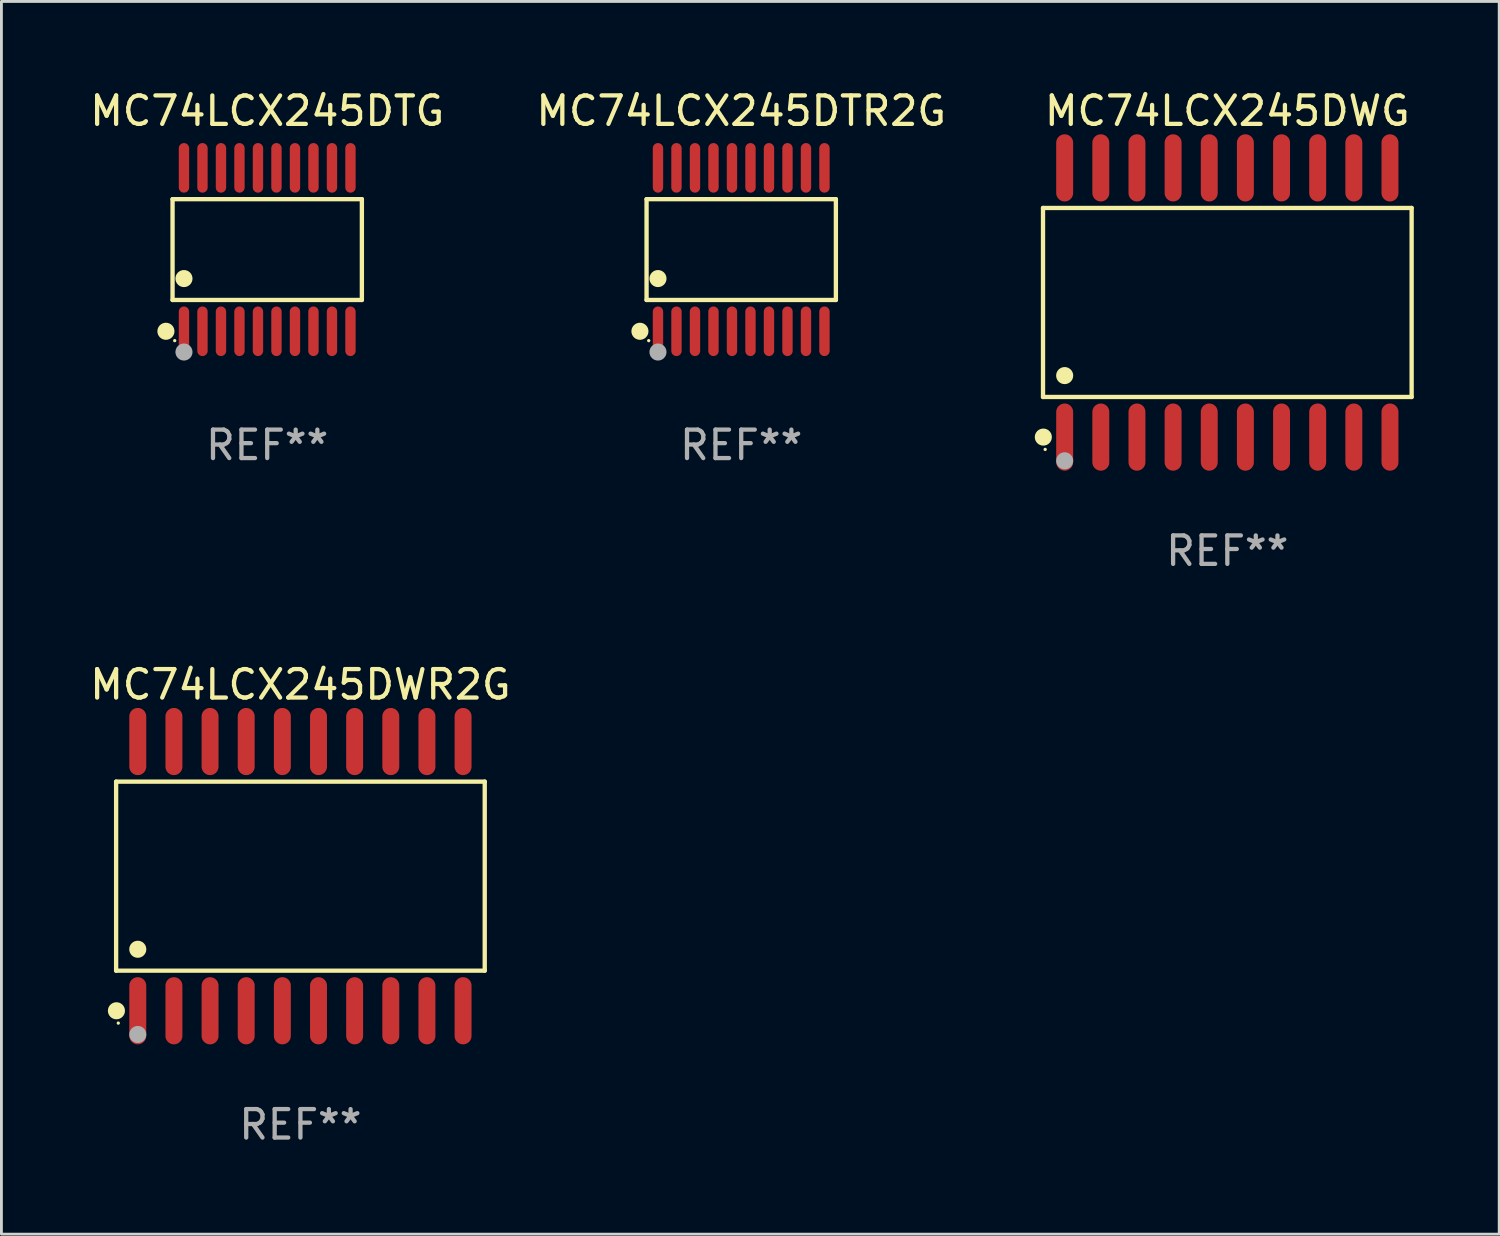
<source format=kicad_pcb>
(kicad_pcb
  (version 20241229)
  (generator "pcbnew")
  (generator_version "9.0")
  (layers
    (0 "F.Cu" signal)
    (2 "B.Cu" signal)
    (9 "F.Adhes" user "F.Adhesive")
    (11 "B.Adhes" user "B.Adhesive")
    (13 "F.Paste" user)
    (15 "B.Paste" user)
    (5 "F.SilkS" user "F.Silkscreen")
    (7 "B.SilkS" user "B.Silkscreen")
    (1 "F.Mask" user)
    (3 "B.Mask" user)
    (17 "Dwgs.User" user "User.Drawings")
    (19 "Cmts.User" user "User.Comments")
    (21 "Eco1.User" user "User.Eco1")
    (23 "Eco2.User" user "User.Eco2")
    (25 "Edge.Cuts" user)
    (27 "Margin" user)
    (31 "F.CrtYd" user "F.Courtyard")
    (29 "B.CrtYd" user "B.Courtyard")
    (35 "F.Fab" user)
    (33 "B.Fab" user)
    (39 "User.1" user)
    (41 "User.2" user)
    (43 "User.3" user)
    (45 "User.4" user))
  (footprint "MC74LCX245DWG"
    (layer "F.Cu")
    (at 40.074 7.578)
    (property "Reference" "MC74LCX245DWG" (at 0 -6.73 0) (layer "F.SilkS") (effects (font (size 1 1) (thickness 0.15))))
    (attr through_hole)
    (fp_line (start -6.476 -3.321) (end 6.476 -3.321) (stroke (width 0.152) (type solid)) (layer "F.SilkS"))
    (fp_line (start -6.476 3.321) (end -6.476 -3.321) (stroke (width 0.152) (type solid)) (layer "F.SilkS"))
    (fp_line (start 6.476 -3.321) (end 6.476 3.321) (stroke (width 0.152) (type solid)) (layer "F.SilkS"))
    (fp_line (start 6.476 3.321) (end -6.476 3.321) (stroke (width 0.152) (type solid)) (layer "F.SilkS"))
    (fp_circle (center -6.465 4.73) (end -6.315 4.73) (stroke (width 0.3) (type solid)) (fill no) (layer "F.SilkS"))
    (fp_circle (center -6.4 5.163) (end -6.37 5.163) (stroke (width 0.06) (type solid)) (fill no) (layer "F.SilkS"))
    (fp_circle (center -5.715 2.569) (end -5.565 2.569) (stroke (width 0.3) (type solid)) (fill no) (layer "F.SilkS"))
    (fp_circle (center -5.715 5.563) (end -5.565 5.563) (stroke (width 0.3) (type solid)) (fill no) (layer "F.Fab"))
    (fp_text user "REF**" (at 0 8.73 0) (layer "F.Fab") (effects (font (size 1 1) (thickness 0.15))))
    (pad "1" smd oval (at -5.715 4.73) (size 0.595 2.36) (layers "F.Cu" "F.Mask" "F.Paste"))
    (pad "2" smd oval (at -4.445 4.73) (size 0.595 2.36) (layers "F.Cu" "F.Mask" "F.Paste"))
    (pad "3" smd oval (at -3.175 4.73) (size 0.595 2.36) (layers "F.Cu" "F.Mask" "F.Paste"))
    (pad "4" smd oval (at -1.905 4.73) (size 0.595 2.36) (layers "F.Cu" "F.Mask" "F.Paste"))
    (pad "5" smd oval (at -0.635 4.73) (size 0.595 2.36) (layers "F.Cu" "F.Mask" "F.Paste"))
    (pad "6" smd oval (at 0.635 4.73) (size 0.595 2.36) (layers "F.Cu" "F.Mask" "F.Paste"))
    (pad "7" smd oval (at 1.905 4.73) (size 0.595 2.36) (layers "F.Cu" "F.Mask" "F.Paste"))
    (pad "8" smd oval (at 3.175 4.73) (size 0.595 2.36) (layers "F.Cu" "F.Mask" "F.Paste"))
    (pad "9" smd oval (at 4.445 4.73) (size 0.595 2.36) (layers "F.Cu" "F.Mask" "F.Paste"))
    (pad "10" smd oval (at 5.715 4.73) (size 0.595 2.36) (layers "F.Cu" "F.Mask" "F.Paste"))
    (pad "11" smd oval (at 5.715 -4.73) (size 0.595 2.36) (layers "F.Cu" "F.Mask" "F.Paste"))
    (pad "12" smd oval (at 4.445 -4.73) (size 0.595 2.36) (layers "F.Cu" "F.Mask" "F.Paste"))
    (pad "13" smd oval (at 3.175 -4.73) (size 0.595 2.36) (layers "F.Cu" "F.Mask" "F.Paste"))
    (pad "14" smd oval (at 1.905 -4.73) (size 0.595 2.36) (layers "F.Cu" "F.Mask" "F.Paste"))
    (pad "15" smd oval (at 0.635 -4.73) (size 0.595 2.36) (layers "F.Cu" "F.Mask" "F.Paste"))
    (pad "16" smd oval (at -0.635 -4.73) (size 0.595 2.36) (layers "F.Cu" "F.Mask" "F.Paste"))
    (pad "17" smd oval (at -1.905 -4.73) (size 0.595 2.36) (layers "F.Cu" "F.Mask" "F.Paste"))
    (pad "18" smd oval (at -3.175 -4.73) (size 0.595 2.36) (layers "F.Cu" "F.Mask" "F.Paste"))
    (pad "19" smd oval (at -4.445 -4.73) (size 0.595 2.36) (layers "F.Cu" "F.Mask" "F.Paste"))
    (pad "20" smd oval (at -5.715 -4.73) (size 0.595 2.36) (layers "F.Cu" "F.Mask" "F.Paste")))
  (footprint "MC74LCX245DTG"
    (layer "F.Cu")
    (at 6.339 5.719)
    (property "Reference" "MC74LCX245DTG" (at 0 -4.871 0) (layer "F.SilkS") (effects (font (size 1 1) (thickness 0.15))))
    (attr through_hole)
    (fp_line (start -3.326 -1.771) (end 3.326 -1.771) (stroke (width 0.152) (type solid)) (layer "F.SilkS"))
    (fp_line (start -3.326 1.771) (end -3.326 -1.771) (stroke (width 0.152) (type solid)) (layer "F.SilkS"))
    (fp_line (start 3.326 -1.771) (end 3.326 1.771) (stroke (width 0.152) (type solid)) (layer "F.SilkS"))
    (fp_line (start 3.326 1.771) (end -3.326 1.771) (stroke (width 0.152) (type solid)) (layer "F.SilkS"))
    (fp_circle (center -3.559 2.871) (end -3.409 2.871) (stroke (width 0.3) (type solid)) (fill no) (layer "F.SilkS"))
    (fp_circle (center -3.25 3.2) (end -3.22 3.2) (stroke (width 0.06) (type solid)) (fill no) (layer "F.SilkS"))
    (fp_circle (center -2.925 1.019) (end -2.775 1.019) (stroke (width 0.3) (type solid)) (fill no) (layer "F.SilkS"))
    (fp_circle (center -2.925 3.6) (end -2.775 3.6) (stroke (width 0.3) (type solid)) (fill no) (layer "F.Fab"))
    (fp_text user "REF**" (at 0 6.871 0) (layer "F.Fab") (effects (font (size 1 1) (thickness 0.15))))
    (pad "1" smd oval (at -2.925 2.871) (size 0.364 1.742) (layers "F.Cu" "F.Mask" "F.Paste"))
    (pad "2" smd oval (at -2.275 2.871) (size 0.364 1.742) (layers "F.Cu" "F.Mask" "F.Paste"))
    (pad "3" smd oval (at -1.625 2.871) (size 0.364 1.742) (layers "F.Cu" "F.Mask" "F.Paste"))
    (pad "4" smd oval (at -0.975 2.871) (size 0.364 1.742) (layers "F.Cu" "F.Mask" "F.Paste"))
    (pad "5" smd oval (at -0.325 2.871) (size 0.364 1.742) (layers "F.Cu" "F.Mask" "F.Paste"))
    (pad "6" smd oval (at 0.325 2.871) (size 0.364 1.742) (layers "F.Cu" "F.Mask" "F.Paste"))
    (pad "7" smd oval (at 0.975 2.871) (size 0.364 1.742) (layers "F.Cu" "F.Mask" "F.Paste"))
    (pad "8" smd oval (at 1.625 2.871) (size 0.364 1.742) (layers "F.Cu" "F.Mask" "F.Paste"))
    (pad "9" smd oval (at 2.275 2.871) (size 0.364 1.742) (layers "F.Cu" "F.Mask" "F.Paste"))
    (pad "10" smd oval (at 2.925 2.871) (size 0.364 1.742) (layers "F.Cu" "F.Mask" "F.Paste"))
    (pad "11" smd oval (at 2.925 -2.871) (size 0.364 1.742) (layers "F.Cu" "F.Mask" "F.Paste"))
    (pad "12" smd oval (at 2.275 -2.871) (size 0.364 1.742) (layers "F.Cu" "F.Mask" "F.Paste"))
    (pad "13" smd oval (at 1.625 -2.871) (size 0.364 1.742) (layers "F.Cu" "F.Mask" "F.Paste"))
    (pad "14" smd oval (at 0.975 -2.871) (size 0.364 1.742) (layers "F.Cu" "F.Mask" "F.Paste"))
    (pad "15" smd oval (at 0.325 -2.871) (size 0.364 1.742) (layers "F.Cu" "F.Mask" "F.Paste"))
    (pad "16" smd oval (at -0.325 -2.871) (size 0.364 1.742) (layers "F.Cu" "F.Mask" "F.Paste"))
    (pad "17" smd oval (at -0.975 -2.871) (size 0.364 1.742) (layers "F.Cu" "F.Mask" "F.Paste"))
    (pad "18" smd oval (at -1.625 -2.871) (size 0.364 1.742) (layers "F.Cu" "F.Mask" "F.Paste"))
    (pad "19" smd oval (at -2.275 -2.871) (size 0.364 1.742) (layers "F.Cu" "F.Mask" "F.Paste"))
    (pad "20" smd oval (at -2.925 -2.871) (size 0.364 1.742) (layers "F.Cu" "F.Mask" "F.Paste")))
  (footprint "MC74LCX245DTR2G"
    (layer "F.Cu")
    (at 22.994 5.719)
    (property "Reference" "MC74LCX245DTR2G" (at 0 -4.871 0) (layer "F.SilkS") (effects (font (size 1 1) (thickness 0.15))))
    (attr through_hole)
    (fp_line (start -3.326 -1.771) (end 3.326 -1.771) (stroke (width 0.152) (type solid)) (layer "F.SilkS"))
    (fp_line (start -3.326 1.771) (end -3.326 -1.771) (stroke (width 0.152) (type solid)) (layer "F.SilkS"))
    (fp_line (start 3.326 -1.771) (end 3.326 1.771) (stroke (width 0.152) (type solid)) (layer "F.SilkS"))
    (fp_line (start 3.326 1.771) (end -3.326 1.771) (stroke (width 0.152) (type solid)) (layer "F.SilkS"))
    (fp_circle (center -3.559 2.871) (end -3.409 2.871) (stroke (width 0.3) (type solid)) (fill no) (layer "F.SilkS"))
    (fp_circle (center -3.25 3.2) (end -3.22 3.2) (stroke (width 0.06) (type solid)) (fill no) (layer "F.SilkS"))
    (fp_circle (center -2.925 1.019) (end -2.775 1.019) (stroke (width 0.3) (type solid)) (fill no) (layer "F.SilkS"))
    (fp_circle (center -2.925 3.6) (end -2.775 3.6) (stroke (width 0.3) (type solid)) (fill no) (layer "F.Fab"))
    (fp_text user "REF**" (at 0 6.871 0) (layer "F.Fab") (effects (font (size 1 1) (thickness 0.15))))
    (pad "1" smd oval (at -2.925 2.871) (size 0.364 1.742) (layers "F.Cu" "F.Mask" "F.Paste"))
    (pad "2" smd oval (at -2.275 2.871) (size 0.364 1.742) (layers "F.Cu" "F.Mask" "F.Paste"))
    (pad "3" smd oval (at -1.625 2.871) (size 0.364 1.742) (layers "F.Cu" "F.Mask" "F.Paste"))
    (pad "4" smd oval (at -0.975 2.871) (size 0.364 1.742) (layers "F.Cu" "F.Mask" "F.Paste"))
    (pad "5" smd oval (at -0.325 2.871) (size 0.364 1.742) (layers "F.Cu" "F.Mask" "F.Paste"))
    (pad "6" smd oval (at 0.325 2.871) (size 0.364 1.742) (layers "F.Cu" "F.Mask" "F.Paste"))
    (pad "7" smd oval (at 0.975 2.871) (size 0.364 1.742) (layers "F.Cu" "F.Mask" "F.Paste"))
    (pad "8" smd oval (at 1.625 2.871) (size 0.364 1.742) (layers "F.Cu" "F.Mask" "F.Paste"))
    (pad "9" smd oval (at 2.275 2.871) (size 0.364 1.742) (layers "F.Cu" "F.Mask" "F.Paste"))
    (pad "10" smd oval (at 2.925 2.871) (size 0.364 1.742) (layers "F.Cu" "F.Mask" "F.Paste"))
    (pad "11" smd oval (at 2.925 -2.871) (size 0.364 1.742) (layers "F.Cu" "F.Mask" "F.Paste"))
    (pad "12" smd oval (at 2.275 -2.871) (size 0.364 1.742) (layers "F.Cu" "F.Mask" "F.Paste"))
    (pad "13" smd oval (at 1.625 -2.871) (size 0.364 1.742) (layers "F.Cu" "F.Mask" "F.Paste"))
    (pad "14" smd oval (at 0.975 -2.871) (size 0.364 1.742) (layers "F.Cu" "F.Mask" "F.Paste"))
    (pad "15" smd oval (at 0.325 -2.871) (size 0.364 1.742) (layers "F.Cu" "F.Mask" "F.Paste"))
    (pad "16" smd oval (at -0.325 -2.871) (size 0.364 1.742) (layers "F.Cu" "F.Mask" "F.Paste"))
    (pad "17" smd oval (at -0.975 -2.871) (size 0.364 1.742) (layers "F.Cu" "F.Mask" "F.Paste"))
    (pad "18" smd oval (at -1.625 -2.871) (size 0.364 1.742) (layers "F.Cu" "F.Mask" "F.Paste"))
    (pad "19" smd oval (at -2.275 -2.871) (size 0.364 1.742) (layers "F.Cu" "F.Mask" "F.Paste"))
    (pad "20" smd oval (at -2.925 -2.871) (size 0.364 1.742) (layers "F.Cu" "F.Mask" "F.Paste")))
  (footprint "MC74LCX245DWR2G"
    (layer "F.Cu")
    (at 7.506 27.735)
    (property "Reference" "MC74LCX245DWR2G" (at 0 -6.73 0) (layer "F.SilkS") (effects (font (size 1 1) (thickness 0.15))))
    (attr through_hole)
    (fp_line (start -6.476 -3.321) (end 6.476 -3.321) (stroke (width 0.152) (type solid)) (layer "F.SilkS"))
    (fp_line (start -6.476 3.321) (end -6.476 -3.321) (stroke (width 0.152) (type solid)) (layer "F.SilkS"))
    (fp_line (start 6.476 -3.321) (end 6.476 3.321) (stroke (width 0.152) (type solid)) (layer "F.SilkS"))
    (fp_line (start 6.476 3.321) (end -6.476 3.321) (stroke (width 0.152) (type solid)) (layer "F.SilkS"))
    (fp_circle (center -6.465 4.73) (end -6.315 4.73) (stroke (width 0.3) (type solid)) (fill no) (layer "F.SilkS"))
    (fp_circle (center -6.4 5.163) (end -6.37 5.163) (stroke (width 0.06) (type solid)) (fill no) (layer "F.SilkS"))
    (fp_circle (center -5.715 2.569) (end -5.565 2.569) (stroke (width 0.3) (type solid)) (fill no) (layer "F.SilkS"))
    (fp_circle (center -5.715 5.563) (end -5.565 5.563) (stroke (width 0.3) (type solid)) (fill no) (layer "F.Fab"))
    (fp_text user "REF**" (at 0 8.73 0) (layer "F.Fab") (effects (font (size 1 1) (thickness 0.15))))
    (pad "1" smd oval (at -5.715 4.73) (size 0.595 2.36) (layers "F.Cu" "F.Mask" "F.Paste"))
    (pad "2" smd oval (at -4.445 4.73) (size 0.595 2.36) (layers "F.Cu" "F.Mask" "F.Paste"))
    (pad "3" smd oval (at -3.175 4.73) (size 0.595 2.36) (layers "F.Cu" "F.Mask" "F.Paste"))
    (pad "4" smd oval (at -1.905 4.73) (size 0.595 2.36) (layers "F.Cu" "F.Mask" "F.Paste"))
    (pad "5" smd oval (at -0.635 4.73) (size 0.595 2.36) (layers "F.Cu" "F.Mask" "F.Paste"))
    (pad "6" smd oval (at 0.635 4.73) (size 0.595 2.36) (layers "F.Cu" "F.Mask" "F.Paste"))
    (pad "7" smd oval (at 1.905 4.73) (size 0.595 2.36) (layers "F.Cu" "F.Mask" "F.Paste"))
    (pad "8" smd oval (at 3.175 4.73) (size 0.595 2.36) (layers "F.Cu" "F.Mask" "F.Paste"))
    (pad "9" smd oval (at 4.445 4.73) (size 0.595 2.36) (layers "F.Cu" "F.Mask" "F.Paste"))
    (pad "10" smd oval (at 5.715 4.73) (size 0.595 2.36) (layers "F.Cu" "F.Mask" "F.Paste"))
    (pad "11" smd oval (at 5.715 -4.73) (size 0.595 2.36) (layers "F.Cu" "F.Mask" "F.Paste"))
    (pad "12" smd oval (at 4.445 -4.73) (size 0.595 2.36) (layers "F.Cu" "F.Mask" "F.Paste"))
    (pad "13" smd oval (at 3.175 -4.73) (size 0.595 2.36) (layers "F.Cu" "F.Mask" "F.Paste"))
    (pad "14" smd oval (at 1.905 -4.73) (size 0.595 2.36) (layers "F.Cu" "F.Mask" "F.Paste"))
    (pad "15" smd oval (at 0.635 -4.73) (size 0.595 2.36) (layers "F.Cu" "F.Mask" "F.Paste"))
    (pad "16" smd oval (at -0.635 -4.73) (size 0.595 2.36) (layers "F.Cu" "F.Mask" "F.Paste"))
    (pad "17" smd oval (at -1.905 -4.73) (size 0.595 2.36) (layers "F.Cu" "F.Mask" "F.Paste"))
    (pad "18" smd oval (at -3.175 -4.73) (size 0.595 2.36) (layers "F.Cu" "F.Mask" "F.Paste"))
    (pad "19" smd oval (at -4.445 -4.73) (size 0.595 2.36) (layers "F.Cu" "F.Mask" "F.Paste"))
    (pad "20" smd oval (at -5.715 -4.73) (size 0.595 2.36) (layers "F.Cu" "F.Mask" "F.Paste")))
  (gr_rect
    (start -3 -3)
    (end 49.627 40.313)
    (stroke (width 0.1) (type default))
    (fill no)
    (layer "Edge.Cuts")))
</source>
